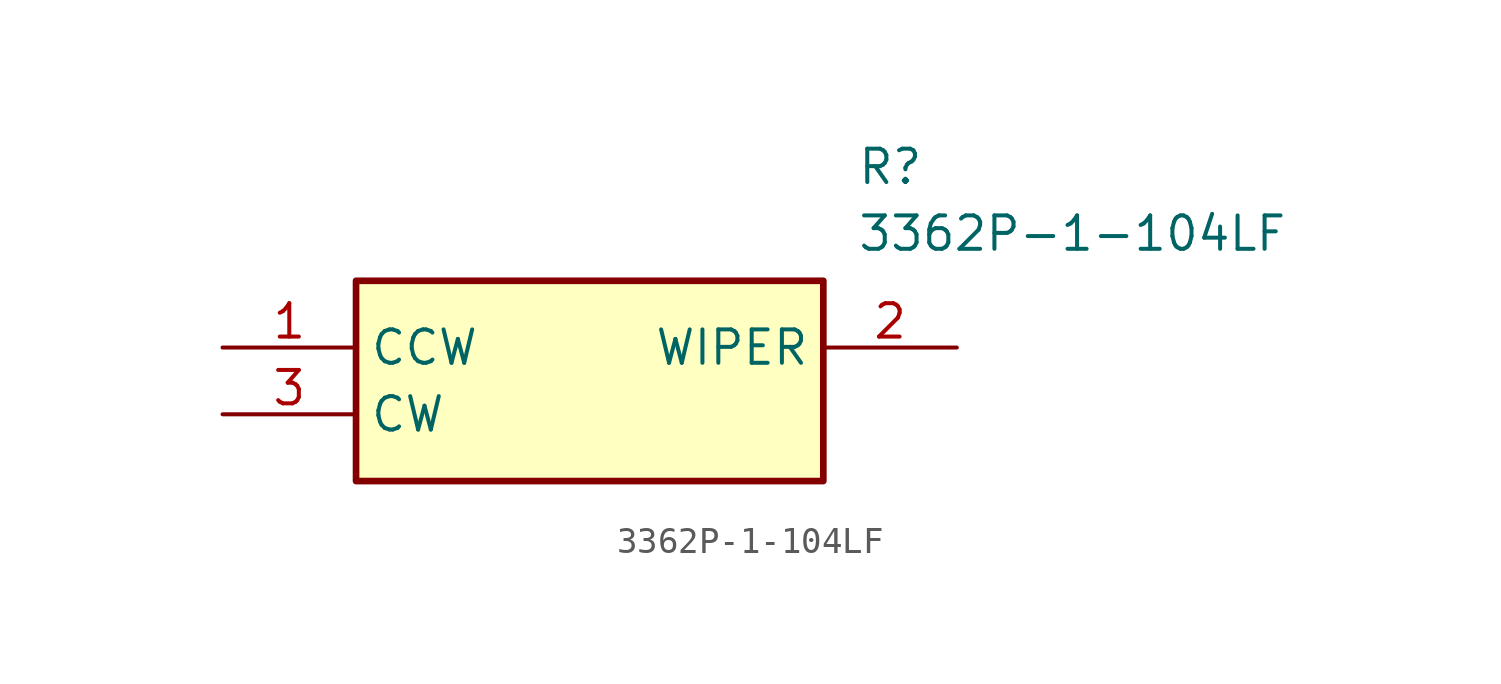
<source format=kicad_sym>
(kicad_symbol_lib
  (version 20211014)
  (generator SamacSys_ECAD_Model)
  (symbol "3362P-1-104LF"
    (property "Reference" "R"
      (at 24.13 7.62 0)
      (effects (font (size 1.27 1.27)) (justify left top)))
    (property "Value" "3362P-1-104LF"
      (at 24.13 5.08 0)
      (effects (font (size 1.27 1.27)) (justify left top)))
    (rectangle
      (start 5.08 2.54)
      (end 22.86 -5.08)
      (stroke (width 0.254) (type default))
      (fill (type background)))
    (pin passive line
      (at 0 0 0)
      (length 5.08)
      (name "CCW" (effects (font (size 1.27 1.27))))
      (number "1" (effects (font (size 1.27 1.27)))))
    (pin passive line
      (at 27.94 0 180)
      (length 5.08)
      (name "WIPER" (effects (font (size 1.27 1.27))))
      (number "2" (effects (font (size 1.27 1.27)))))
    (pin passive line
      (at 0 -2.54 0)
      (length 5.08)
      (name "CW" (effects (font (size 1.27 1.27))))
      (number "3" (effects (font (size 1.27 1.27)))))))
</source>
